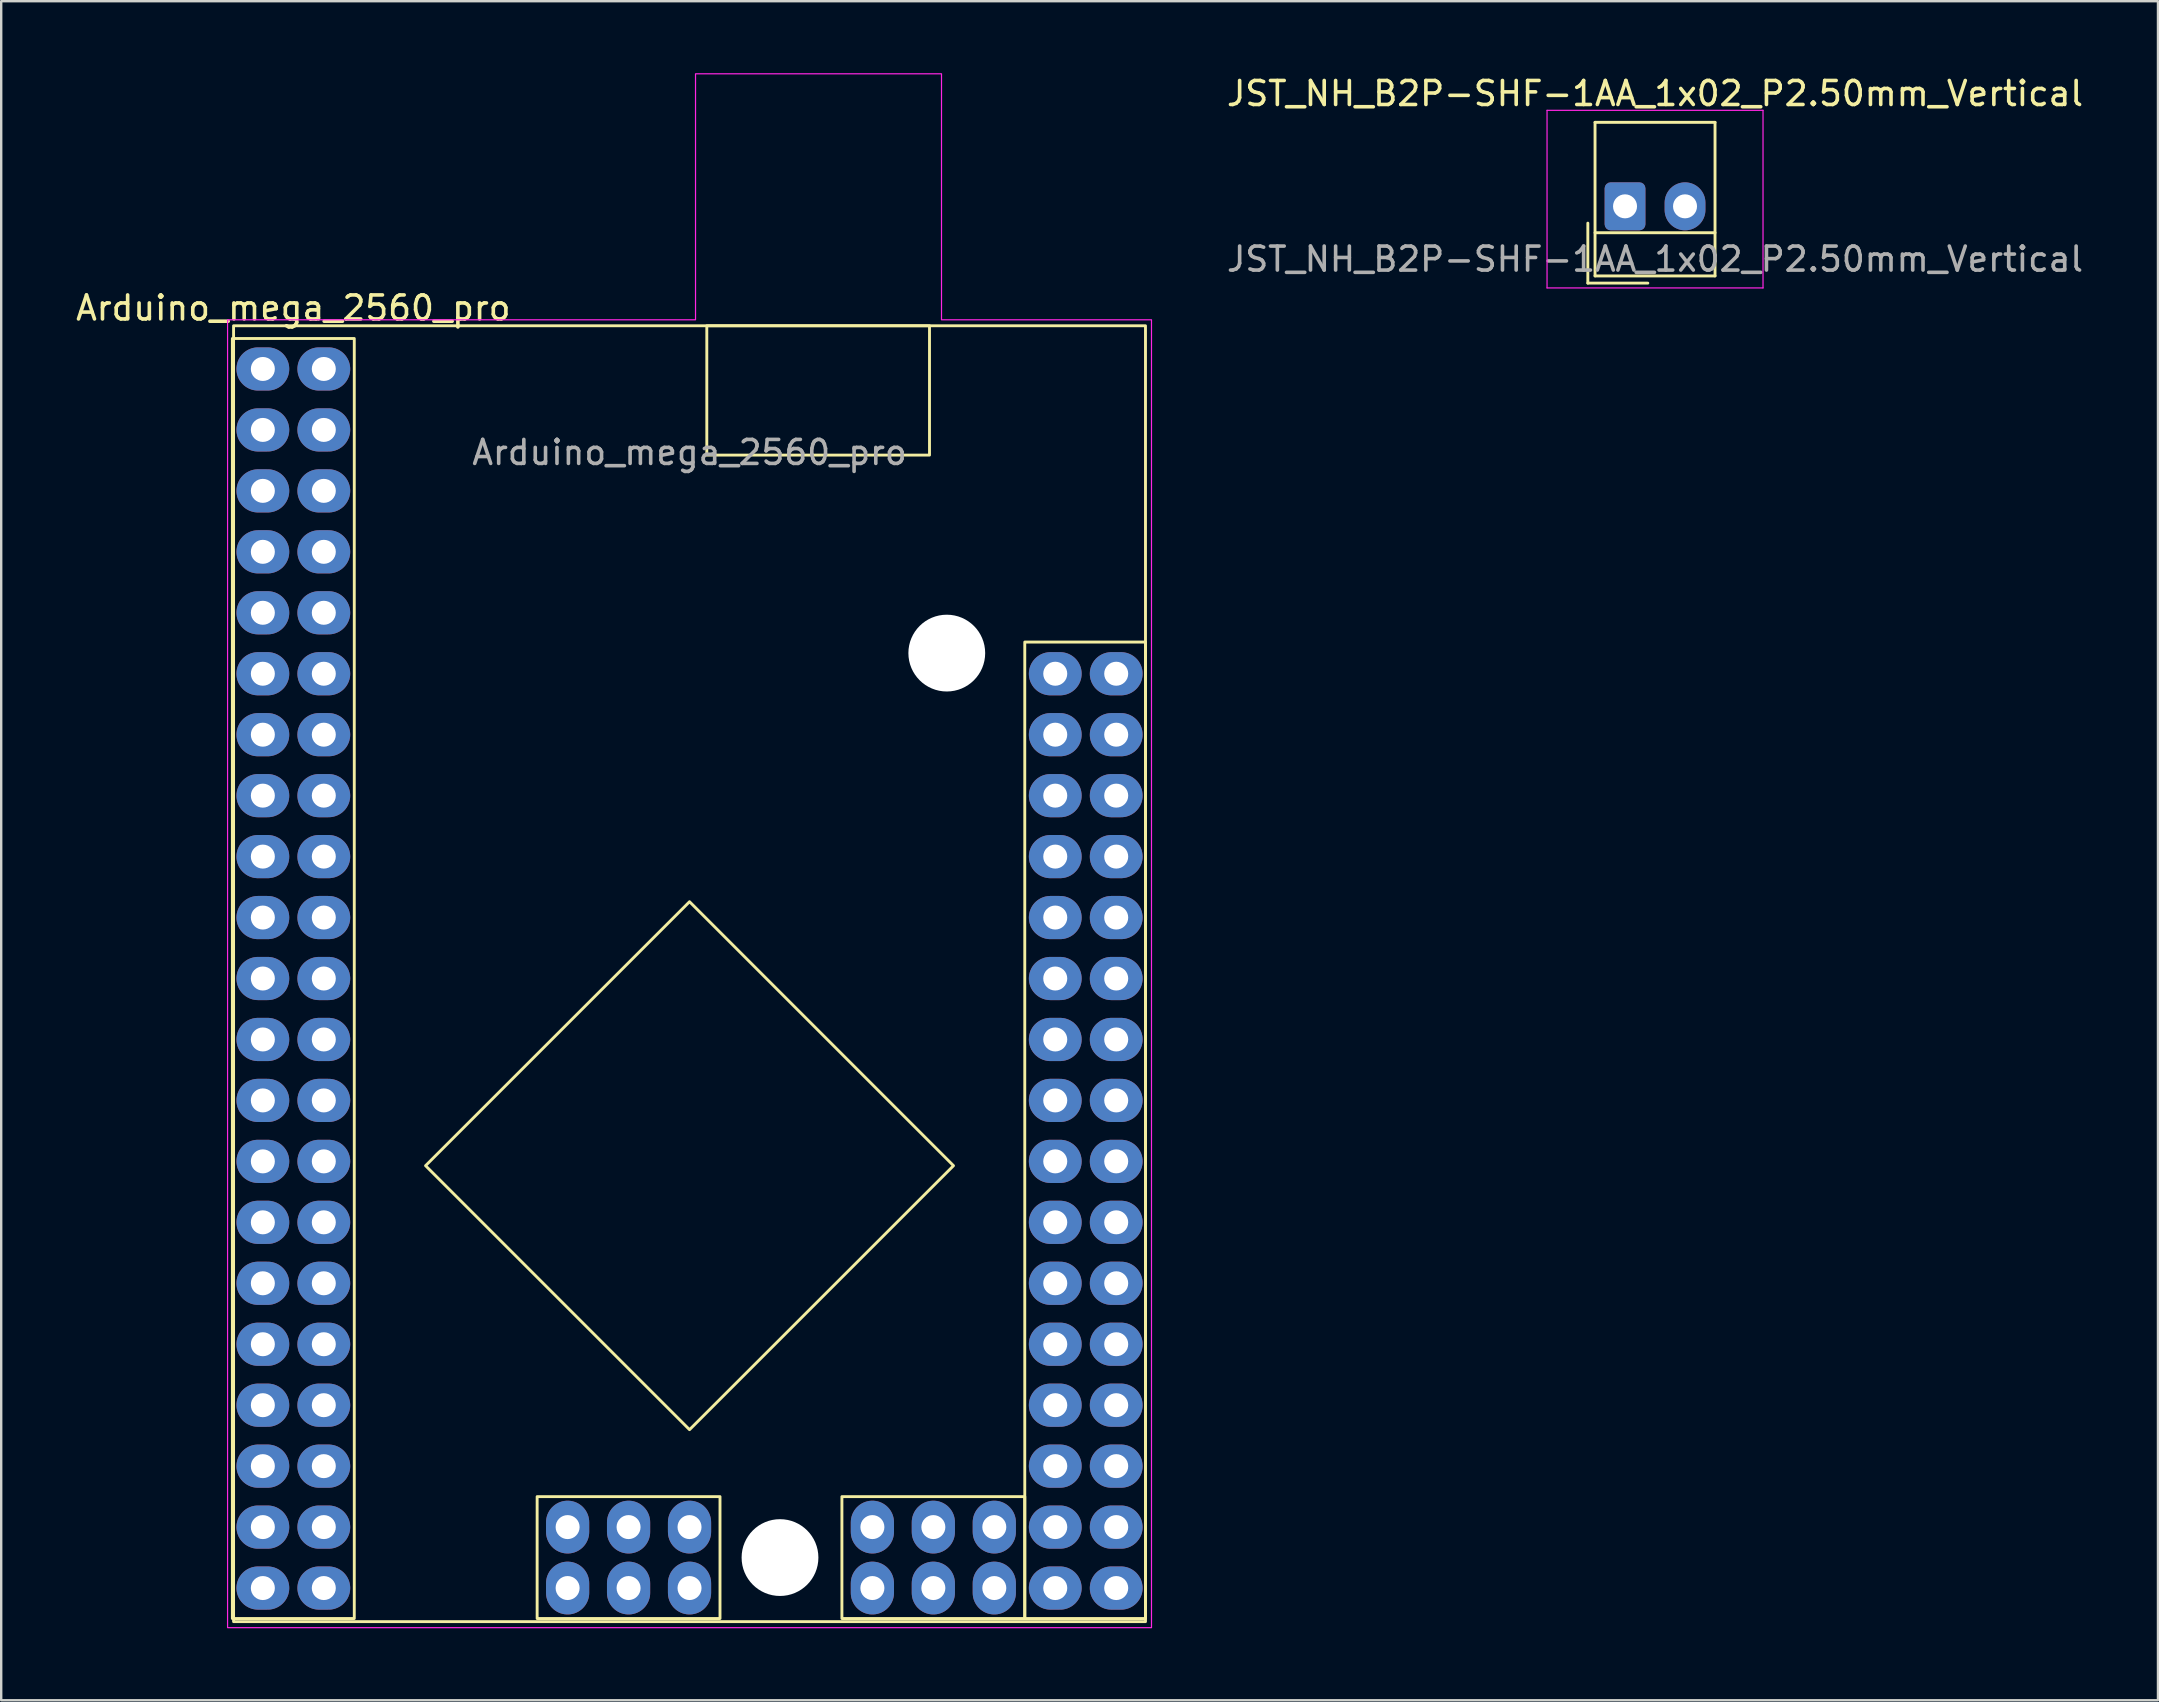
<source format=kicad_pcb>
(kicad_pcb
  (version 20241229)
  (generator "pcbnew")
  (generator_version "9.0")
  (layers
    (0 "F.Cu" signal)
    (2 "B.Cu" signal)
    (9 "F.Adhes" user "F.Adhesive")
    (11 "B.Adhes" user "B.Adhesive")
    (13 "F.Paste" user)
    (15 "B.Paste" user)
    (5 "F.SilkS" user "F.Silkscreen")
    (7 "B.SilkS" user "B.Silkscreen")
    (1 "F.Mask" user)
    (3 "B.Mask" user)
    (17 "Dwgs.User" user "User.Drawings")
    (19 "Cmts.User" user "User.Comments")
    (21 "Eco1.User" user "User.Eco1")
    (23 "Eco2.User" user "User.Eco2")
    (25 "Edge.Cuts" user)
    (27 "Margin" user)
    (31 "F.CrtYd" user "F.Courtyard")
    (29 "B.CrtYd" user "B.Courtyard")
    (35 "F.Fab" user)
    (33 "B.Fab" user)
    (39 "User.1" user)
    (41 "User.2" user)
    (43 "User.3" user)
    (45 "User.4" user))
  (footprint "JST_NH_B2P-SHF-1AA_1x02_P2.50mm_Vertical"
    (layer "F.Cu")
    (at 64.666 5.548)
    (property "Reference" "JST_NH_B2P-SHF-1AA_1x02_P2.50mm_Vertical" (at 1.25 -4.7 0) (layer "F.SilkS") (effects (font (size 1 1) (thickness 0.15))))
    (attr through_hole)
    (fp_line (start -1.55 0.7) (end -1.55 3.2) (stroke (width 0.12) (type solid)) (layer "F.SilkS"))
    (fp_line (start -1.55 3.2) (end 0.95 3.2) (stroke (width 0.12) (type solid)) (layer "F.SilkS"))
    (fp_line (start -1.25 -3.5) (end -1.25 2.9) (stroke (width 0.12) (type solid)) (layer "F.SilkS"))
    (fp_line (start -1.25 1.1) (end 3.75 1.1) (stroke (width 0.12) (type solid)) (layer "F.SilkS"))
    (fp_line (start -1.25 2.9) (end 3.75 2.9) (stroke (width 0.12) (type solid)) (layer "F.SilkS"))
    (fp_line (start 3.75 -3.5) (end -1.25 -3.5) (stroke (width 0.12) (type solid)) (layer "F.SilkS"))
    (fp_line (start 3.75 2.9) (end 3.75 -3.5) (stroke (width 0.12) (type solid)) (layer "F.SilkS"))
    (fp_line (start -3.25 -4) (end -3.25 3.4) (stroke (width 0.05) (type solid)) (layer "F.CrtYd"))
    (fp_line (start -3.25 3.4) (end 5.75 3.4) (stroke (width 0.05) (type solid)) (layer "F.CrtYd"))
    (fp_line (start 5.75 -4) (end -3.25 -4) (stroke (width 0.05) (type solid)) (layer "F.CrtYd"))
    (fp_line (start 5.75 3.4) (end 5.75 -4) (stroke (width 0.05) (type solid)) (layer "F.CrtYd"))
    (fp_text user "${REFERENCE}" (at 1.25 2.2 0) (layer "F.Fab") (effects (font (size 1 1) (thickness 0.15))))
    (pad "1" thru_hole roundrect (at 0 0) (size 1.7 2) (drill 1) (layers "*.Cu" "*.Mask") (roundrect_rratio 0.147))
    (pad "2" thru_hole oval (at 2.5 0) (size 1.7 2) (drill 1) (layers "*.Cu" "*.Mask")))
  (footprint "Arduino_mega_2560_pro"
    (layer "F.Cu")
    (at 6.683 10.525)
    (property "Reference" "Arduino_mega_2560_pro" (at 2.49 -0.74 0) (unlocked yes) (layer "F.SilkS") (effects (font (size 1 1) (thickness 0.15))))
    (attr through_hole)
    (fp_rect (start -0.05 0.53) (end 5.03 53.87) (stroke (width 0.12) (type solid)) (fill no) (layer "F.SilkS"))
    (fp_rect (start 0 0) (end 38 54) (stroke (width 0.12) (type solid)) (fill no) (layer "F.SilkS"))
    (fp_rect (start 12.65 48.79) (end 20.27 53.87) (stroke (width 0.12) (type solid)) (fill no) (layer "F.SilkS"))
    (fp_rect (start 19.72 0) (end 29 5.39) (stroke (width 0.12) (type solid)) (fill no) (layer "F.SilkS"))
    (fp_rect (start 25.35 48.79) (end 32.97 53.87) (stroke (width 0.12) (type solid)) (fill no) (layer "F.SilkS"))
    (fp_rect (start 38 53.87) (end 32.97 13.18) (stroke (width 0.12) (type solid)) (fill no) (layer "F.SilkS"))
    (fp_poly (pts (xy 30 35) (xy 19 46) (xy 8 35) (xy 19 24)) (stroke (width 0.12) (type solid)) (fill no) (layer "F.SilkS"))
    (fp_poly (pts (xy 29.5 -0.25) (xy 38.25 -0.25) (xy 38.25 54.25) (xy -0.25 54.25) (xy -0.25 -0.25) (xy 19.25 -0.25) (xy 19.25 -10.5) (xy 29.5 -10.5)) (stroke (width 0.05) (type solid)) (fill no) (layer "F.CrtYd"))
    (fp_text user "${REFERENCE}" (at 19 5.28 0) (unlocked yes) (layer "F.Fab") (effects (font (size 1 1) (thickness 0.15))))
    (pad "" np_thru_hole circle (at 22.77 51.33) (size 3.2 3.2) (drill 3.2) (layers "*.Cu" "*.Mask"))
    (pad "" np_thru_hole circle (at 29.72 13.64) (size 3.2 3.2) (drill 3.2) (layers "*.Cu" "*.Mask"))
    (pad "1" thru_hole oval (at 3.76 1.8) (size 2.2 1.8) (drill 1) (layers "*.Cu" "*.Mask"))
    (pad "2" thru_hole oval (at 1.22 1.8) (size 2.2 1.8) (drill 1) (layers "*.Cu" "*.Mask"))
    (pad "3" thru_hole oval (at 3.76 4.34) (size 2.2 1.8) (drill 1) (layers "*.Cu" "*.Mask"))
    (pad "4" thru_hole oval (at 1.22 4.34) (size 2.2 1.8) (drill 1) (layers "*.Cu" "*.Mask"))
    (pad "5" thru_hole oval (at 3.76 6.88) (size 2.2 1.8) (drill 1) (layers "*.Cu" "*.Mask"))
    (pad "6" thru_hole oval (at 1.22 6.88) (size 2.2 1.8) (drill 1) (layers "*.Cu" "*.Mask"))
    (pad "7" thru_hole oval (at 3.76 9.42) (size 2.2 1.8) (drill 1) (layers "*.Cu" "*.Mask"))
    (pad "8" thru_hole oval (at 1.22 9.42) (size 2.2 1.8) (drill 1) (layers "*.Cu" "*.Mask"))
    (pad "9" thru_hole oval (at 3.76 11.96) (size 2.2 1.8) (drill 1) (layers "*.Cu" "*.Mask"))
    (pad "10" thru_hole oval (at 1.22 11.96) (size 2.2 1.8) (drill 1) (layers "*.Cu" "*.Mask"))
    (pad "11" thru_hole oval (at 3.76 14.5) (size 2.2 1.8) (drill 1) (layers "*.Cu" "*.Mask"))
    (pad "12" thru_hole oval (at 1.22 14.5) (size 2.2 1.8) (drill 1) (layers "*.Cu" "*.Mask"))
    (pad "13" thru_hole oval (at 3.76 17.04) (size 2.2 1.8) (drill 1) (layers "*.Cu" "*.Mask"))
    (pad "14" thru_hole oval (at 1.22 17.04) (size 2.2 1.8) (drill 1) (layers "*.Cu" "*.Mask"))
    (pad "15" thru_hole oval (at 3.76 19.58) (size 2.2 1.8) (drill 1) (layers "*.Cu" "*.Mask"))
    (pad "16" thru_hole oval (at 1.22 19.58) (size 2.2 1.8) (drill 1) (layers "*.Cu" "*.Mask"))
    (pad "17" thru_hole oval (at 3.76 22.12) (size 2.2 1.8) (drill 1) (layers "*.Cu" "*.Mask"))
    (pad "18" thru_hole oval (at 1.22 22.12) (size 2.2 1.8) (drill 1) (layers "*.Cu" "*.Mask"))
    (pad "19" thru_hole oval (at 3.76 24.66) (size 2.2 1.8) (drill 1) (layers "*.Cu" "*.Mask"))
    (pad "20" thru_hole oval (at 1.22 24.66) (size 2.2 1.8) (drill 1) (layers "*.Cu" "*.Mask"))
    (pad "21" thru_hole oval (at 3.76 27.2) (size 2.2 1.8) (drill 1) (layers "*.Cu" "*.Mask"))
    (pad "22" thru_hole oval (at 1.22 27.2) (size 2.2 1.8) (drill 1) (layers "*.Cu" "*.Mask"))
    (pad "23" thru_hole oval (at 3.76 29.74) (size 2.2 1.8) (drill 1) (layers "*.Cu" "*.Mask"))
    (pad "24" thru_hole oval (at 1.22 29.74) (size 2.2 1.8) (drill 1) (layers "*.Cu" "*.Mask"))
    (pad "25" thru_hole oval (at 3.76 32.28) (size 2.2 1.8) (drill 1) (layers "*.Cu" "*.Mask"))
    (pad "26" thru_hole oval (at 1.22 32.28) (size 2.2 1.8) (drill 1) (layers "*.Cu" "*.Mask"))
    (pad "27" thru_hole oval (at 3.76 34.82) (size 2.2 1.8) (drill 1) (layers "*.Cu" "*.Mask"))
    (pad "28" thru_hole oval (at 1.22 34.82) (size 2.2 1.8) (drill 1) (layers "*.Cu" "*.Mask"))
    (pad "29" thru_hole oval (at 3.76 37.36) (size 2.2 1.8) (drill 1) (layers "*.Cu" "*.Mask"))
    (pad "30" thru_hole oval (at 1.22 37.36) (size 2.2 1.8) (drill 1) (layers "*.Cu" "*.Mask"))
    (pad "31" thru_hole oval (at 3.76 39.9) (size 2.2 1.8) (drill 1) (layers "*.Cu" "*.Mask"))
    (pad "32" thru_hole oval (at 1.22 39.9) (size 2.2 1.8) (drill 1) (layers "*.Cu" "*.Mask"))
    (pad "33" thru_hole oval (at 3.76 42.44) (size 2.2 1.8) (drill 1) (layers "*.Cu" "*.Mask"))
    (pad "34" thru_hole oval (at 1.22 42.44) (size 2.2 1.8) (drill 1) (layers "*.Cu" "*.Mask"))
    (pad "35" thru_hole oval (at 3.76 44.98) (size 2.2 1.8) (drill 1) (layers "*.Cu" "*.Mask"))
    (pad "36" thru_hole oval (at 1.22 44.98) (size 2.2 1.8) (drill 1) (layers "*.Cu" "*.Mask"))
    (pad "37" thru_hole oval (at 3.76 47.52) (size 2.2 1.8) (drill 1) (layers "*.Cu" "*.Mask"))
    (pad "38" thru_hole oval (at 1.22 47.52) (size 2.2 1.8) (drill 1) (layers "*.Cu" "*.Mask"))
    (pad "39" thru_hole oval (at 3.76 50.06) (size 2.2 1.8) (drill 1) (layers "*.Cu" "*.Mask"))
    (pad "40" thru_hole oval (at 1.22 50.06) (size 2.2 1.8) (drill 1) (layers "*.Cu" "*.Mask"))
    (pad "41" thru_hole oval (at 3.76 52.6) (size 2.2 1.8) (drill 1) (layers "*.Cu" "*.Mask"))
    (pad "42" thru_hole oval (at 1.22 52.6) (size 2.2 1.8) (drill 1) (layers "*.Cu" "*.Mask"))
    (pad "43" thru_hole oval (at 36.78 14.5) (size 2.2 1.8) (drill 1) (layers "*.Cu" "*.Mask"))
    (pad "44" thru_hole oval (at 34.24 14.5) (size 2.2 1.8) (drill 1) (layers "*.Cu" "*.Mask"))
    (pad "45" thru_hole oval (at 36.78 17.04) (size 2.2 1.8) (drill 1) (layers "*.Cu" "*.Mask"))
    (pad "46" thru_hole oval (at 34.24 17.04) (size 2.2 1.8) (drill 1) (layers "*.Cu" "*.Mask"))
    (pad "47" thru_hole oval (at 36.78 19.58) (size 2.2 1.8) (drill 1) (layers "*.Cu" "*.Mask"))
    (pad "48" thru_hole oval (at 34.24 19.58) (size 2.2 1.8) (drill 1) (layers "*.Cu" "*.Mask"))
    (pad "49" thru_hole oval (at 36.78 22.12) (size 2.2 1.8) (drill 1) (layers "*.Cu" "*.Mask"))
    (pad "50" thru_hole oval (at 34.24 22.12) (size 2.2 1.8) (drill 1) (layers "*.Cu" "*.Mask"))
    (pad "51" thru_hole oval (at 36.78 24.66) (size 2.2 1.8) (drill 1) (layers "*.Cu" "*.Mask"))
    (pad "52" thru_hole oval (at 34.24 24.66) (size 2.2 1.8) (drill 1) (layers "*.Cu" "*.Mask"))
    (pad "53" thru_hole oval (at 36.78 27.2) (size 2.2 1.8) (drill 1) (layers "*.Cu" "*.Mask"))
    (pad "54" thru_hole oval (at 34.24 27.2) (size 2.2 1.8) (drill 1) (layers "*.Cu" "*.Mask"))
    (pad "55" thru_hole oval (at 36.78 29.74) (size 2.2 1.8) (drill 1) (layers "*.Cu" "*.Mask"))
    (pad "56" thru_hole oval (at 34.24 29.74) (size 2.2 1.8) (drill 1) (layers "*.Cu" "*.Mask"))
    (pad "57" thru_hole oval (at 36.78 32.28) (size 2.2 1.8) (drill 1) (layers "*.Cu" "*.Mask"))
    (pad "58" thru_hole oval (at 34.24 32.28) (size 2.2 1.8) (drill 1) (layers "*.Cu" "*.Mask"))
    (pad "59" thru_hole oval (at 36.78 34.82) (size 2.2 1.8) (drill 1) (layers "*.Cu" "*.Mask"))
    (pad "60" thru_hole oval (at 34.24 34.82) (size 2.2 1.8) (drill 1) (layers "*.Cu" "*.Mask"))
    (pad "61" thru_hole oval (at 36.78 37.36) (size 2.2 1.8) (drill 1) (layers "*.Cu" "*.Mask"))
    (pad "62" thru_hole oval (at 34.24 37.36) (size 2.2 1.8) (drill 1) (layers "*.Cu" "*.Mask"))
    (pad "63" thru_hole oval (at 36.78 39.9) (size 2.2 1.8) (drill 1) (layers "*.Cu" "*.Mask"))
    (pad "64" thru_hole oval (at 34.24 39.9) (size 2.2 1.8) (drill 1) (layers "*.Cu" "*.Mask"))
    (pad "65" thru_hole oval (at 36.78 42.44) (size 2.2 1.8) (drill 1) (layers "*.Cu" "*.Mask"))
    (pad "66" thru_hole oval (at 34.24 42.44) (size 2.2 1.8) (drill 1) (layers "*.Cu" "*.Mask"))
    (pad "67" thru_hole oval (at 36.78 44.98) (size 2.2 1.8) (drill 1) (layers "*.Cu" "*.Mask"))
    (pad "68" thru_hole oval (at 34.24 44.98) (size 2.2 1.8) (drill 1) (layers "*.Cu" "*.Mask"))
    (pad "69" thru_hole oval (at 36.78 47.52) (size 2.2 1.8) (drill 1) (layers "*.Cu" "*.Mask"))
    (pad "70" thru_hole oval (at 34.24 47.52) (size 2.2 1.8) (drill 1) (layers "*.Cu" "*.Mask"))
    (pad "71" thru_hole oval (at 36.78 50.06) (size 2.2 1.8) (drill 1) (layers "*.Cu" "*.Mask"))
    (pad "72" thru_hole oval (at 34.24 50.06) (size 2.2 1.8) (drill 1) (layers "*.Cu" "*.Mask"))
    (pad "73" thru_hole oval (at 36.78 52.6) (size 2.2 1.8) (drill 1) (layers "*.Cu" "*.Mask"))
    (pad "74" thru_hole oval (at 34.24 52.6) (size 2.2 1.8) (drill 1) (layers "*.Cu" "*.Mask"))
    (pad "75" thru_hole oval (at 31.7 52.6 90) (size 2.2 1.8) (drill 1) (layers "*.Cu" "*.Mask"))
    (pad "76" thru_hole oval (at 31.7 50.06 90) (size 2.2 1.8) (drill 1) (layers "*.Cu" "*.Mask"))
    (pad "77" thru_hole oval (at 29.16 52.6 90) (size 2.2 1.8) (drill 1) (layers "*.Cu" "*.Mask"))
    (pad "78" thru_hole oval (at 29.16 50.06 90) (size 2.2 1.8) (drill 1) (layers "*.Cu" "*.Mask"))
    (pad "79" thru_hole oval (at 26.62 52.6 90) (size 2.2 1.8) (drill 1) (layers "*.Cu" "*.Mask"))
    (pad "80" thru_hole oval (at 26.62 50.06 90) (size 2.2 1.8) (drill 1) (layers "*.Cu" "*.Mask"))
    (pad "81" thru_hole oval (at 19 52.6 90) (size 2.2 1.8) (drill 1) (layers "*.Cu" "*.Mask"))
    (pad "82" thru_hole oval (at 19 50.06 90) (size 2.2 1.8) (drill 1) (layers "*.Cu" "*.Mask"))
    (pad "83" thru_hole oval (at 16.46 52.6 90) (size 2.2 1.8) (drill 1) (layers "*.Cu" "*.Mask"))
    (pad "84" thru_hole oval (at 16.46 50.06 90) (size 2.2 1.8) (drill 1) (layers "*.Cu" "*.Mask"))
    (pad "85" thru_hole oval (at 13.92 52.6 90) (size 2.2 1.8) (drill 1) (layers "*.Cu" "*.Mask"))
    (pad "86" thru_hole oval (at 13.92 50.06 90) (size 2.2 1.8) (drill 1) (layers "*.Cu" "*.Mask")))
  (gr_rect
    (start -3 -3)
    (end 86.874 67.8)
    (stroke (width 0.1) (type default))
    (fill no)
    (layer "Edge.Cuts")))
</source>
